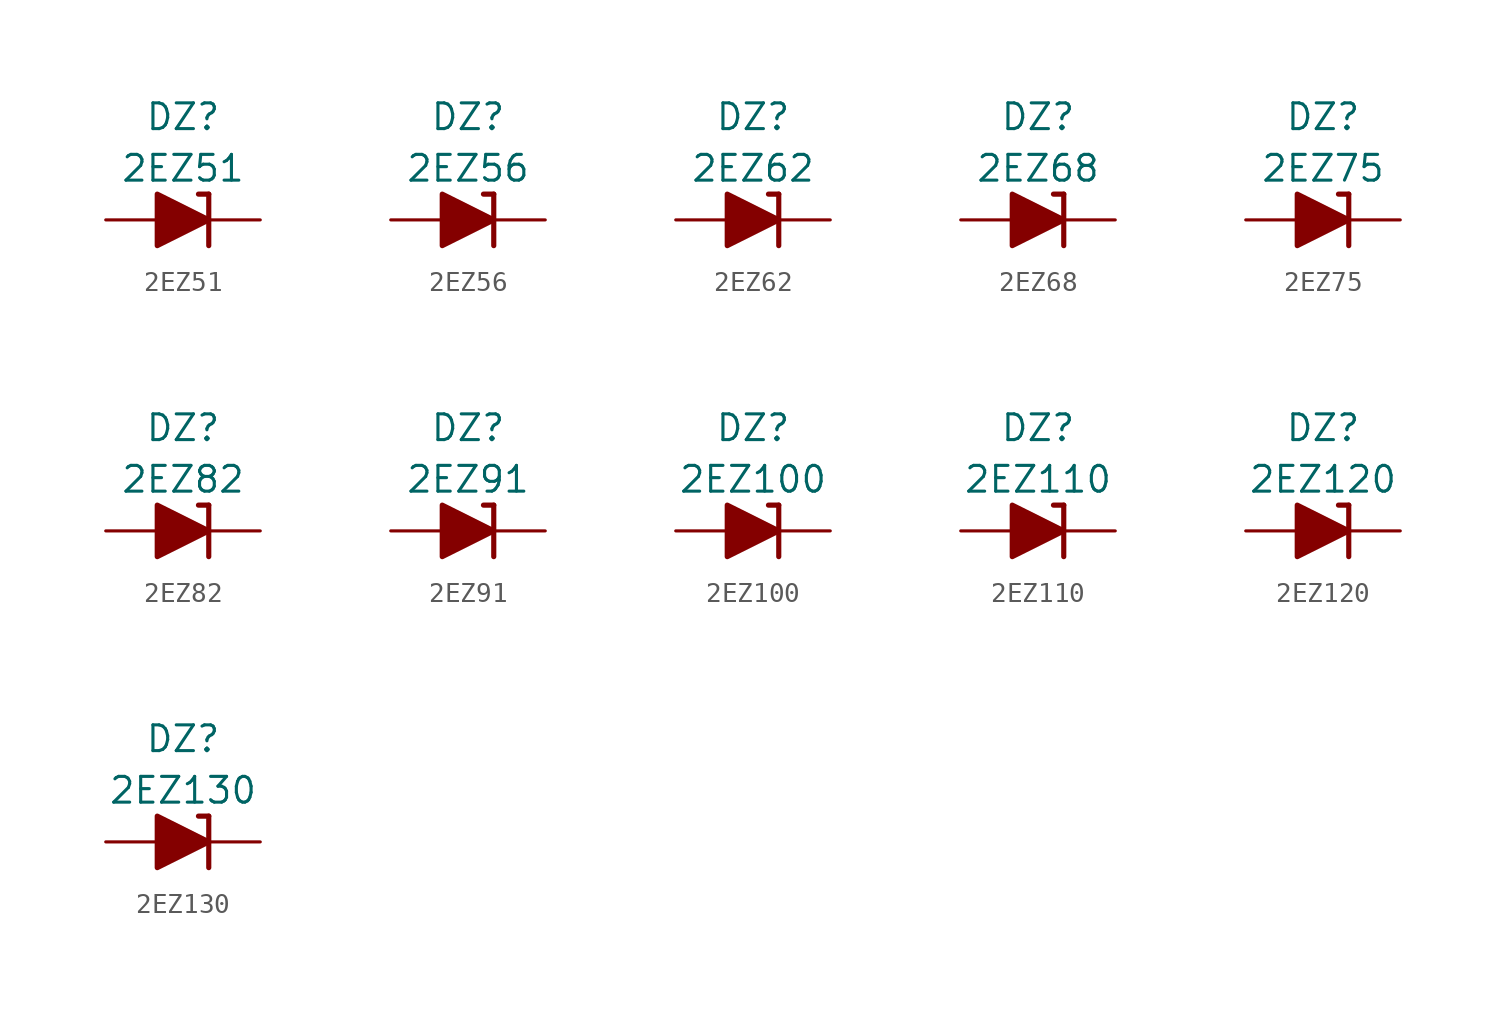
<source format=kicad_sym>
(kicad_symbol_lib
  (version 20211014)
  (generator kicad_symbol_editor)
  (symbol "2EZ51"
    (pin_numbers hide)
    (pin_names
      (offset 1.016) hide)
    (property "Reference" "DZ"
      (at 0 5.08 0)
      (effects (font (size 1.27 1.27))))
    (property "Value" "2EZ51"
      (at 0 2.54 0)
      (effects (font (size 1.27 1.27))))
    (symbol "2EZ51_0_1"
      (polyline (pts (xy -1.27 0) (xy 1.27 0)) (stroke (width 0) (type default) (color 0 0 0 0)) (fill (type none)))
      (polyline (pts (xy 1.27 1.27) (xy 0.762 1.27)) (stroke (width 0.254) (type default) (color 0 0 0 0)) (fill (type none)))
      (polyline (pts (xy 1.27 1.27) (xy 1.27 -1.27)) (stroke (width 0.254) (type default) (color 0 0 0 0)) (fill (type none)))
      (polyline (pts (xy -1.27 -1.27) (xy -1.27 1.27) (xy 1.27 0) (xy -1.27 -1.27)) (stroke (width 0.254) (type default) (color 0 0 0 0)) (fill (type outline))))
    (symbol "2EZ51_1_1"
      (pin passive line (at 3.81 0 180) (length 2.54) (name "K" (effects (font (size 1.27 1.27)))) (number "1" (effects (font (size 1.27 1.27)))))
      (pin passive line (at -3.81 0 0) (length 2.54) (name "A" (effects (font (size 1.27 1.27)))) (number "2" (effects (font (size 1.27 1.27)))))))
  (symbol "2EZ56"
    (pin_numbers hide)
    (pin_names
      (offset 1.016) hide)
    (property "Reference" "DZ"
      (at 0 5.08 0)
      (effects (font (size 1.27 1.27))))
    (property "Value" "2EZ56"
      (at 0 2.54 0)
      (effects (font (size 1.27 1.27))))
    (symbol "2EZ56_0_1"
      (polyline (pts (xy -1.27 0) (xy 1.27 0)) (stroke (width 0) (type default) (color 0 0 0 0)) (fill (type none)))
      (polyline (pts (xy 1.27 1.27) (xy 0.762 1.27)) (stroke (width 0.254) (type default) (color 0 0 0 0)) (fill (type none)))
      (polyline (pts (xy 1.27 1.27) (xy 1.27 -1.27)) (stroke (width 0.254) (type default) (color 0 0 0 0)) (fill (type none)))
      (polyline (pts (xy -1.27 -1.27) (xy -1.27 1.27) (xy 1.27 0) (xy -1.27 -1.27)) (stroke (width 0.254) (type default) (color 0 0 0 0)) (fill (type outline))))
    (symbol "2EZ56_1_1"
      (pin passive line (at 3.81 0 180) (length 2.54) (name "K" (effects (font (size 1.27 1.27)))) (number "1" (effects (font (size 1.27 1.27)))))
      (pin passive line (at -3.81 0 0) (length 2.54) (name "A" (effects (font (size 1.27 1.27)))) (number "2" (effects (font (size 1.27 1.27)))))))
  (symbol "2EZ62"
    (pin_numbers hide)
    (pin_names
      (offset 1.016) hide)
    (property "Reference" "DZ"
      (at 0 5.08 0)
      (effects (font (size 1.27 1.27))))
    (property "Value" "2EZ62"
      (at 0 2.54 0)
      (effects (font (size 1.27 1.27))))
    (symbol "2EZ62_0_1"
      (polyline (pts (xy -1.27 0) (xy 1.27 0)) (stroke (width 0) (type default) (color 0 0 0 0)) (fill (type none)))
      (polyline (pts (xy 1.27 1.27) (xy 0.762 1.27)) (stroke (width 0.254) (type default) (color 0 0 0 0)) (fill (type none)))
      (polyline (pts (xy 1.27 1.27) (xy 1.27 -1.27)) (stroke (width 0.254) (type default) (color 0 0 0 0)) (fill (type none)))
      (polyline (pts (xy -1.27 -1.27) (xy -1.27 1.27) (xy 1.27 0) (xy -1.27 -1.27)) (stroke (width 0.254) (type default) (color 0 0 0 0)) (fill (type outline))))
    (symbol "2EZ62_1_1"
      (pin passive line (at 3.81 0 180) (length 2.54) (name "K" (effects (font (size 1.27 1.27)))) (number "1" (effects (font (size 1.27 1.27)))))
      (pin passive line (at -3.81 0 0) (length 2.54) (name "A" (effects (font (size 1.27 1.27)))) (number "2" (effects (font (size 1.27 1.27)))))))
  (symbol "2EZ68"
    (pin_numbers hide)
    (pin_names
      (offset 1.016) hide)
    (property "Reference" "DZ"
      (at 0 5.08 0)
      (effects (font (size 1.27 1.27))))
    (property "Value" "2EZ68"
      (at 0 2.54 0)
      (effects (font (size 1.27 1.27))))
    (symbol "2EZ68_0_1"
      (polyline (pts (xy -1.27 0) (xy 1.27 0)) (stroke (width 0) (type default) (color 0 0 0 0)) (fill (type none)))
      (polyline (pts (xy 1.27 1.27) (xy 0.762 1.27)) (stroke (width 0.254) (type default) (color 0 0 0 0)) (fill (type none)))
      (polyline (pts (xy 1.27 1.27) (xy 1.27 -1.27)) (stroke (width 0.254) (type default) (color 0 0 0 0)) (fill (type none)))
      (polyline (pts (xy -1.27 -1.27) (xy -1.27 1.27) (xy 1.27 0) (xy -1.27 -1.27)) (stroke (width 0.254) (type default) (color 0 0 0 0)) (fill (type outline))))
    (symbol "2EZ68_1_1"
      (pin passive line (at 3.81 0 180) (length 2.54) (name "K" (effects (font (size 1.27 1.27)))) (number "1" (effects (font (size 1.27 1.27)))))
      (pin passive line (at -3.81 0 0) (length 2.54) (name "A" (effects (font (size 1.27 1.27)))) (number "2" (effects (font (size 1.27 1.27)))))))
  (symbol "2EZ75"
    (pin_numbers hide)
    (pin_names
      (offset 1.016) hide)
    (property "Reference" "DZ"
      (at 0 5.08 0)
      (effects (font (size 1.27 1.27))))
    (property "Value" "2EZ75"
      (at 0 2.54 0)
      (effects (font (size 1.27 1.27))))
    (symbol "2EZ75_0_1"
      (polyline (pts (xy -1.27 0) (xy 1.27 0)) (stroke (width 0) (type default) (color 0 0 0 0)) (fill (type none)))
      (polyline (pts (xy 1.27 1.27) (xy 0.762 1.27)) (stroke (width 0.254) (type default) (color 0 0 0 0)) (fill (type none)))
      (polyline (pts (xy 1.27 1.27) (xy 1.27 -1.27)) (stroke (width 0.254) (type default) (color 0 0 0 0)) (fill (type none)))
      (polyline (pts (xy -1.27 -1.27) (xy -1.27 1.27) (xy 1.27 0) (xy -1.27 -1.27)) (stroke (width 0.254) (type default) (color 0 0 0 0)) (fill (type outline))))
    (symbol "2EZ75_1_1"
      (pin passive line (at 3.81 0 180) (length 2.54) (name "K" (effects (font (size 1.27 1.27)))) (number "1" (effects (font (size 1.27 1.27)))))
      (pin passive line (at -3.81 0 0) (length 2.54) (name "A" (effects (font (size 1.27 1.27)))) (number "2" (effects (font (size 1.27 1.27)))))))
  (symbol "2EZ82"
    (pin_numbers hide)
    (pin_names
      (offset 1.016) hide)
    (property "Reference" "DZ"
      (at 0 5.08 0)
      (effects (font (size 1.27 1.27))))
    (property "Value" "2EZ82"
      (at 0 2.54 0)
      (effects (font (size 1.27 1.27))))
    (symbol "2EZ82_0_1"
      (polyline (pts (xy -1.27 0) (xy 1.27 0)) (stroke (width 0) (type default) (color 0 0 0 0)) (fill (type none)))
      (polyline (pts (xy 1.27 1.27) (xy 0.762 1.27)) (stroke (width 0.254) (type default) (color 0 0 0 0)) (fill (type none)))
      (polyline (pts (xy 1.27 1.27) (xy 1.27 -1.27)) (stroke (width 0.254) (type default) (color 0 0 0 0)) (fill (type none)))
      (polyline (pts (xy -1.27 -1.27) (xy -1.27 1.27) (xy 1.27 0) (xy -1.27 -1.27)) (stroke (width 0.254) (type default) (color 0 0 0 0)) (fill (type outline))))
    (symbol "2EZ82_1_1"
      (pin passive line (at 3.81 0 180) (length 2.54) (name "K" (effects (font (size 1.27 1.27)))) (number "1" (effects (font (size 1.27 1.27)))))
      (pin passive line (at -3.81 0 0) (length 2.54) (name "A" (effects (font (size 1.27 1.27)))) (number "2" (effects (font (size 1.27 1.27)))))))
  (symbol "2EZ91"
    (pin_numbers hide)
    (pin_names
      (offset 1.016) hide)
    (property "Reference" "DZ"
      (at 0 5.08 0)
      (effects (font (size 1.27 1.27))))
    (property "Value" "2EZ91"
      (at 0 2.54 0)
      (effects (font (size 1.27 1.27))))
    (symbol "2EZ91_0_1"
      (polyline (pts (xy -1.27 0) (xy 1.27 0)) (stroke (width 0) (type default) (color 0 0 0 0)) (fill (type none)))
      (polyline (pts (xy 1.27 1.27) (xy 0.762 1.27)) (stroke (width 0.254) (type default) (color 0 0 0 0)) (fill (type none)))
      (polyline (pts (xy 1.27 1.27) (xy 1.27 -1.27)) (stroke (width 0.254) (type default) (color 0 0 0 0)) (fill (type none)))
      (polyline (pts (xy -1.27 -1.27) (xy -1.27 1.27) (xy 1.27 0) (xy -1.27 -1.27)) (stroke (width 0.254) (type default) (color 0 0 0 0)) (fill (type outline))))
    (symbol "2EZ91_1_1"
      (pin passive line (at 3.81 0 180) (length 2.54) (name "K" (effects (font (size 1.27 1.27)))) (number "1" (effects (font (size 1.27 1.27)))))
      (pin passive line (at -3.81 0 0) (length 2.54) (name "A" (effects (font (size 1.27 1.27)))) (number "2" (effects (font (size 1.27 1.27)))))))
  (symbol "2EZ100"
    (pin_numbers hide)
    (pin_names
      (offset 1.016) hide)
    (property "Reference" "DZ"
      (at 0 5.08 0)
      (effects (font (size 1.27 1.27))))
    (property "Value" "2EZ100"
      (at 0 2.54 0)
      (effects (font (size 1.27 1.27))))
    (symbol "2EZ100_0_1"
      (polyline (pts (xy -1.27 0) (xy 1.27 0)) (stroke (width 0) (type default) (color 0 0 0 0)) (fill (type none)))
      (polyline (pts (xy 1.27 1.27) (xy 0.762 1.27)) (stroke (width 0.254) (type default) (color 0 0 0 0)) (fill (type none)))
      (polyline (pts (xy 1.27 1.27) (xy 1.27 -1.27)) (stroke (width 0.254) (type default) (color 0 0 0 0)) (fill (type none)))
      (polyline (pts (xy -1.27 -1.27) (xy -1.27 1.27) (xy 1.27 0) (xy -1.27 -1.27)) (stroke (width 0.254) (type default) (color 0 0 0 0)) (fill (type outline))))
    (symbol "2EZ100_1_1"
      (pin passive line (at 3.81 0 180) (length 2.54) (name "K" (effects (font (size 1.27 1.27)))) (number "1" (effects (font (size 1.27 1.27)))))
      (pin passive line (at -3.81 0 0) (length 2.54) (name "A" (effects (font (size 1.27 1.27)))) (number "2" (effects (font (size 1.27 1.27)))))))
  (symbol "2EZ110"
    (pin_numbers hide)
    (pin_names
      (offset 1.016) hide)
    (property "Reference" "DZ"
      (at 0 5.08 0)
      (effects (font (size 1.27 1.27))))
    (property "Value" "2EZ110"
      (at 0 2.54 0)
      (effects (font (size 1.27 1.27))))
    (symbol "2EZ110_0_1"
      (polyline (pts (xy -1.27 0) (xy 1.27 0)) (stroke (width 0) (type default) (color 0 0 0 0)) (fill (type none)))
      (polyline (pts (xy 1.27 1.27) (xy 0.762 1.27)) (stroke (width 0.254) (type default) (color 0 0 0 0)) (fill (type none)))
      (polyline (pts (xy 1.27 1.27) (xy 1.27 -1.27)) (stroke (width 0.254) (type default) (color 0 0 0 0)) (fill (type none)))
      (polyline (pts (xy -1.27 -1.27) (xy -1.27 1.27) (xy 1.27 0) (xy -1.27 -1.27)) (stroke (width 0.254) (type default) (color 0 0 0 0)) (fill (type outline))))
    (symbol "2EZ110_1_1"
      (pin passive line (at 3.81 0 180) (length 2.54) (name "K" (effects (font (size 1.27 1.27)))) (number "1" (effects (font (size 1.27 1.27)))))
      (pin passive line (at -3.81 0 0) (length 2.54) (name "A" (effects (font (size 1.27 1.27)))) (number "2" (effects (font (size 1.27 1.27)))))))
  (symbol "2EZ120"
    (pin_numbers hide)
    (pin_names
      (offset 1.016) hide)
    (property "Reference" "DZ"
      (at 0 5.08 0)
      (effects (font (size 1.27 1.27))))
    (property "Value" "2EZ120"
      (at 0 2.54 0)
      (effects (font (size 1.27 1.27))))
    (symbol "2EZ120_0_1"
      (polyline (pts (xy -1.27 0) (xy 1.27 0)) (stroke (width 0) (type default) (color 0 0 0 0)) (fill (type none)))
      (polyline (pts (xy 1.27 1.27) (xy 0.762 1.27)) (stroke (width 0.254) (type default) (color 0 0 0 0)) (fill (type none)))
      (polyline (pts (xy 1.27 1.27) (xy 1.27 -1.27)) (stroke (width 0.254) (type default) (color 0 0 0 0)) (fill (type none)))
      (polyline (pts (xy -1.27 -1.27) (xy -1.27 1.27) (xy 1.27 0) (xy -1.27 -1.27)) (stroke (width 0.254) (type default) (color 0 0 0 0)) (fill (type outline))))
    (symbol "2EZ120_1_1"
      (pin passive line (at 3.81 0 180) (length 2.54) (name "K" (effects (font (size 1.27 1.27)))) (number "1" (effects (font (size 1.27 1.27)))))
      (pin passive line (at -3.81 0 0) (length 2.54) (name "A" (effects (font (size 1.27 1.27)))) (number "2" (effects (font (size 1.27 1.27)))))))
  (symbol "2EZ130"
    (pin_numbers hide)
    (pin_names
      (offset 1.016) hide)
    (property "Reference" "DZ"
      (at 0 5.08 0)
      (effects (font (size 1.27 1.27))))
    (property "Value" "2EZ130"
      (at 0 2.54 0)
      (effects (font (size 1.27 1.27))))
    (symbol "2EZ130_0_1"
      (polyline (pts (xy -1.27 0) (xy 1.27 0)) (stroke (width 0) (type default) (color 0 0 0 0)) (fill (type none)))
      (polyline (pts (xy 1.27 1.27) (xy 0.762 1.27)) (stroke (width 0.254) (type default) (color 0 0 0 0)) (fill (type none)))
      (polyline (pts (xy 1.27 1.27) (xy 1.27 -1.27)) (stroke (width 0.254) (type default) (color 0 0 0 0)) (fill (type none)))
      (polyline (pts (xy -1.27 -1.27) (xy -1.27 1.27) (xy 1.27 0) (xy -1.27 -1.27)) (stroke (width 0.254) (type default) (color 0 0 0 0)) (fill (type outline))))
    (symbol "2EZ130_1_1"
      (pin passive line (at 3.81 0 180) (length 2.54) (name "K" (effects (font (size 1.27 1.27)))) (number "1" (effects (font (size 1.27 1.27)))))
      (pin passive line (at -3.81 0 0) (length 2.54) (name "A" (effects (font (size 1.27 1.27)))) (number "2" (effects (font (size 1.27 1.27))))))))
</source>
